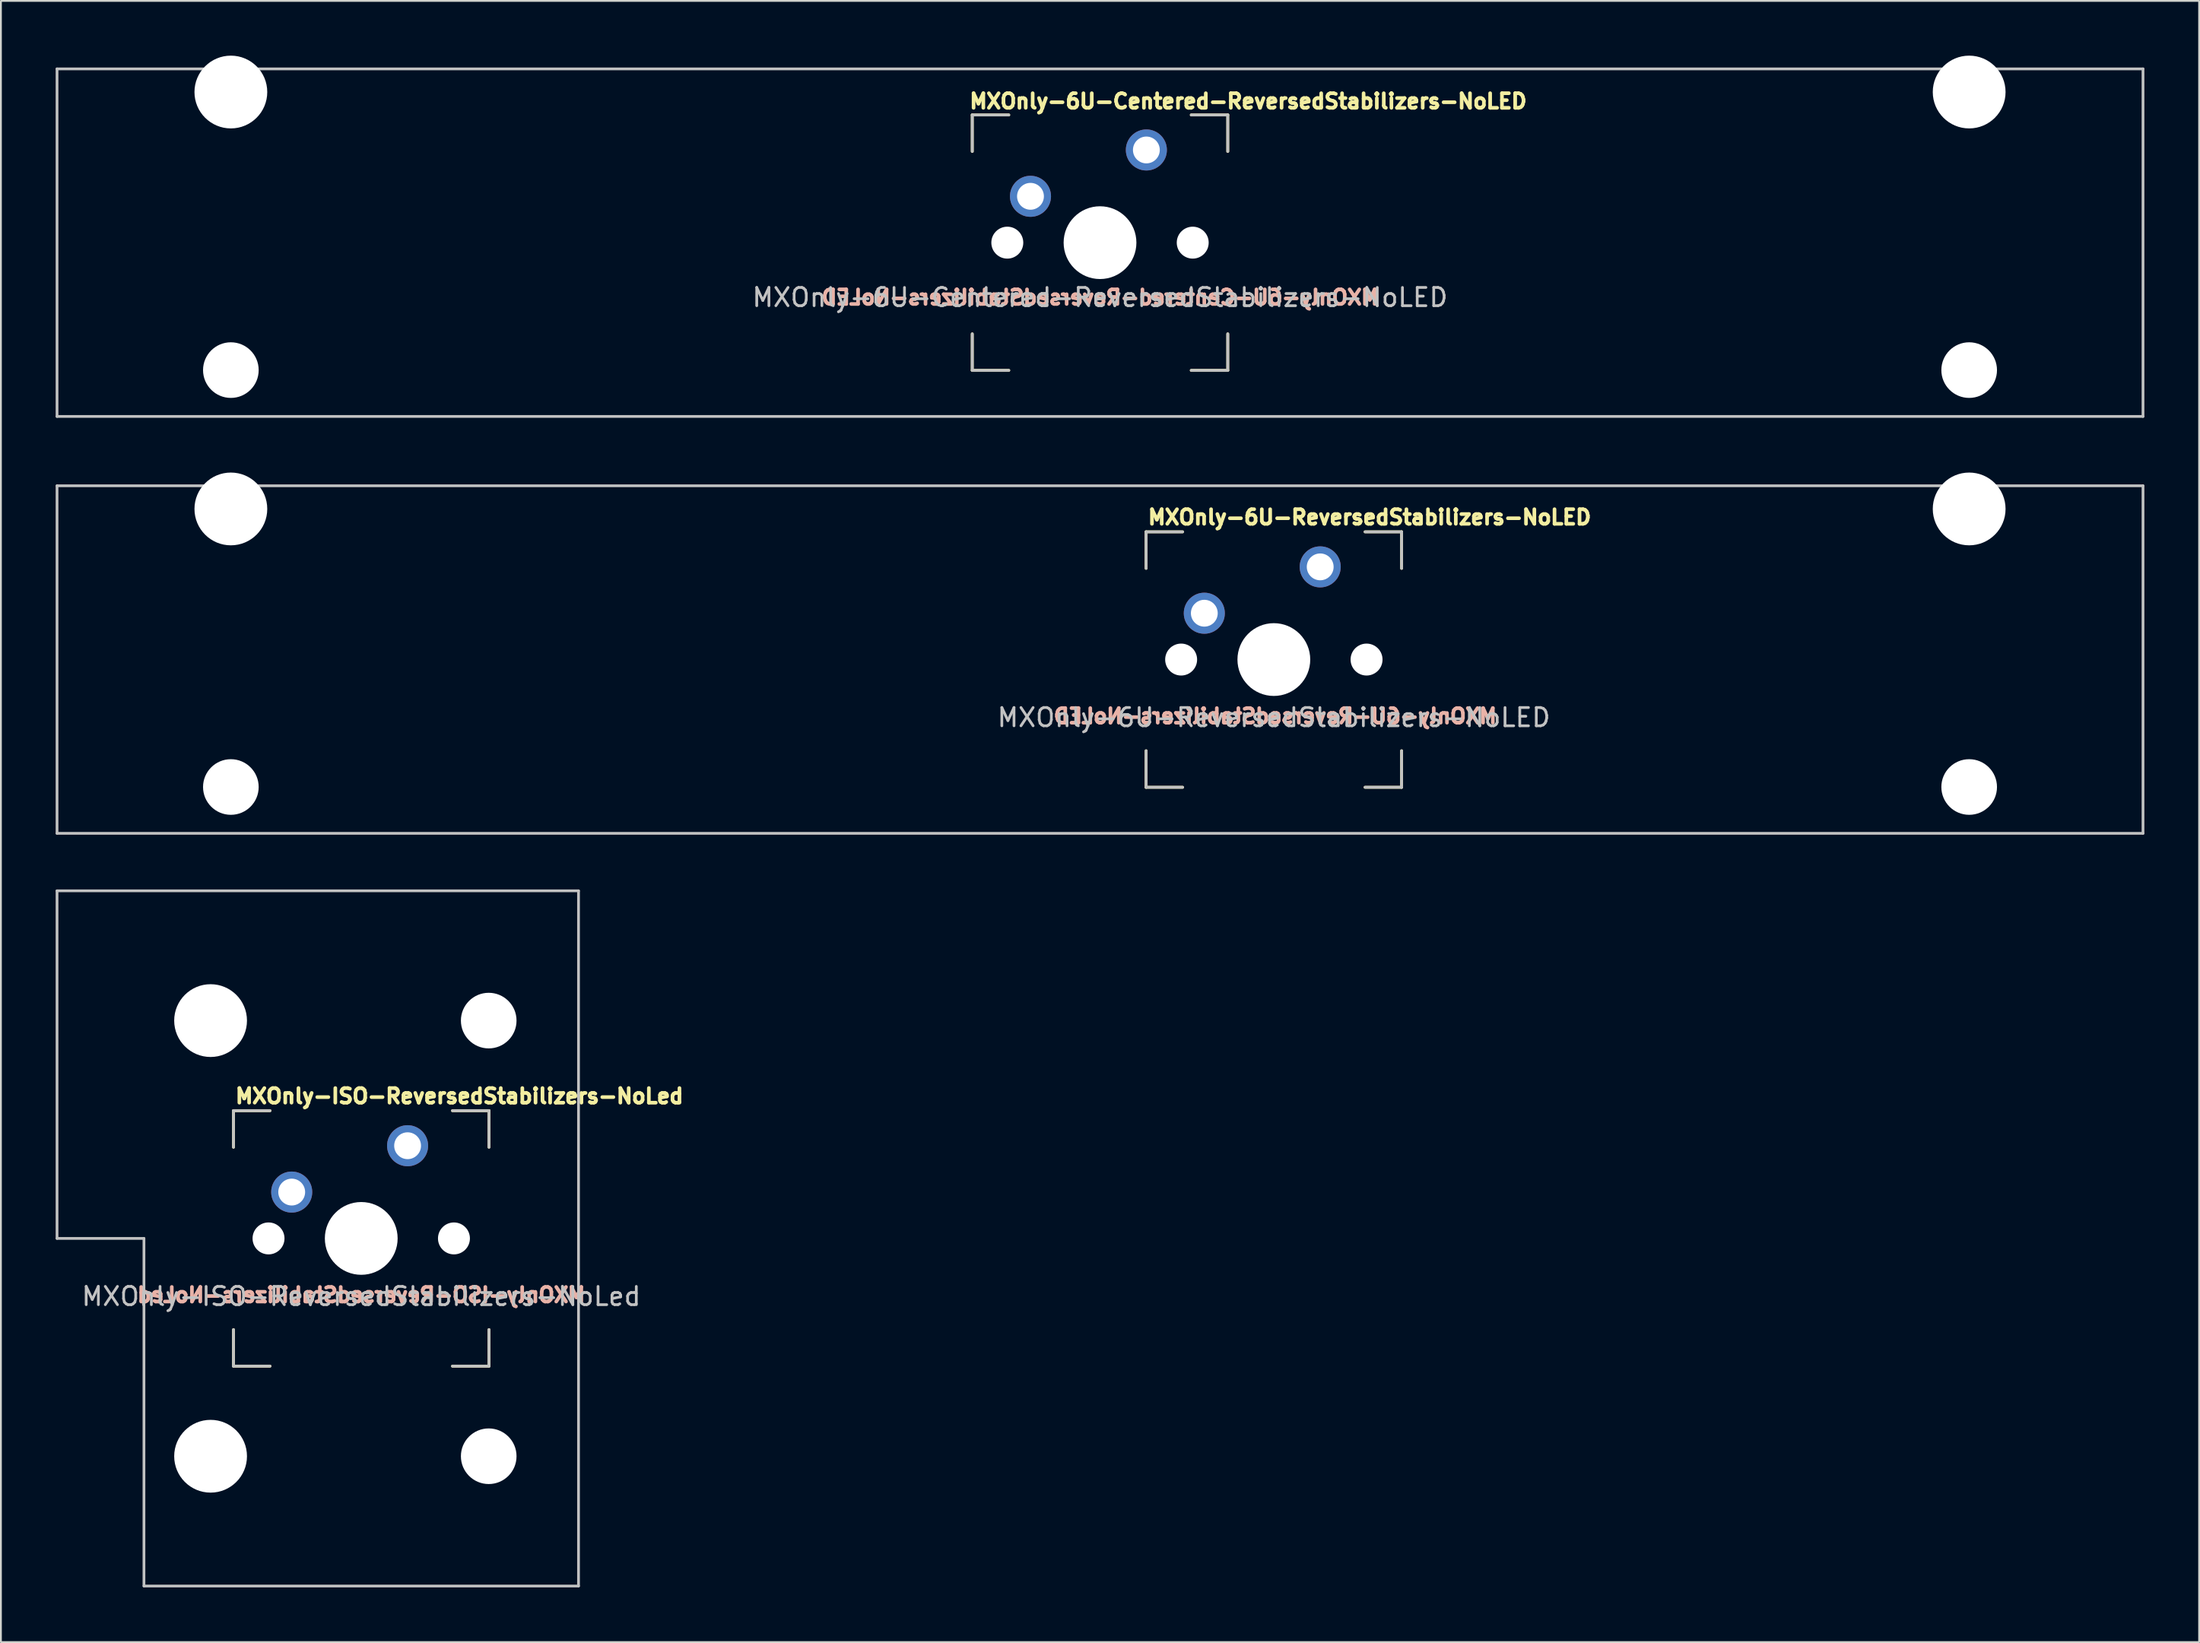
<source format=kicad_pcb>
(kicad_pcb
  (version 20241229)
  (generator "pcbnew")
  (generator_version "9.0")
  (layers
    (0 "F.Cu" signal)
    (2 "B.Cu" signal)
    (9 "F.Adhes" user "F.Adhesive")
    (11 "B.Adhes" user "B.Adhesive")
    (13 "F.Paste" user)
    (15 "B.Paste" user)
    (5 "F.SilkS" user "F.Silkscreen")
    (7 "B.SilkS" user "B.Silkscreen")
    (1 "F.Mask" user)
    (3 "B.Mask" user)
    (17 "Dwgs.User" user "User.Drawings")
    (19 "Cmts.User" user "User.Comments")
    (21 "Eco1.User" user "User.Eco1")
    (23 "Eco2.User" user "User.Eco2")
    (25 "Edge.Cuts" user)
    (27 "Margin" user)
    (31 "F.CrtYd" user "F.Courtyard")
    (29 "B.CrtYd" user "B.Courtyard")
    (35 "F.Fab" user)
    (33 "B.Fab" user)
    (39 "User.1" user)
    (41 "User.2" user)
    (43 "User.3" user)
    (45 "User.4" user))
  (footprint "MXOnly-6U-ReversedStabilizers-NoLED"
    (layer "F.Cu")
    (at 57.225 33.098)
    (property "Reference" "MXOnly-6U-ReversedStabilizers-NoLED" (at 9.525 3.175 0) (layer "Dwgs.User") (effects (font (size 1 1) (thickness 0.15))))
    (attr through_hole)
    (fp_line (start 2.525 -7) (end 4.525 -7) (stroke (width 0.16) (type solid)) (layer "F.SilkS"))
    (fp_line (start 2.525 -5) (end 2.525 -7) (stroke (width 0.16) (type solid)) (layer "F.SilkS"))
    (fp_line (start 2.525 7) (end 2.525 5) (stroke (width 0.16) (type solid)) (layer "F.SilkS"))
    (fp_line (start 4.525 7) (end 2.525 7) (stroke (width 0.16) (type solid)) (layer "F.SilkS"))
    (fp_line (start 14.525 -7) (end 16.525 -7) (stroke (width 0.16) (type solid)) (layer "F.SilkS"))
    (fp_line (start 16.525 -7) (end 16.525 -5) (stroke (width 0.16) (type solid)) (layer "F.SilkS"))
    (fp_line (start 16.525 5) (end 16.525 7) (stroke (width 0.16) (type solid)) (layer "F.SilkS"))
    (fp_line (start 16.525 7) (end 14.525 7) (stroke (width 0.16) (type solid)) (layer "F.SilkS"))
    (fp_line (start -57.15 -9.525) (end 57.15 -9.525) (stroke (width 0.15) (type solid)) (layer "Dwgs.User"))
    (fp_line (start -57.15 9.525) (end -57.15 -9.525) (stroke (width 0.15) (type solid)) (layer "Dwgs.User"))
    (fp_line (start -57.15 9.525) (end 57.15 9.525) (stroke (width 0.15) (type solid)) (layer "Dwgs.User"))
    (fp_line (start 2.525 -7) (end 2.525 -5) (stroke (width 0.15) (type solid)) (layer "Dwgs.User"))
    (fp_line (start 2.525 5) (end 2.525 7) (stroke (width 0.15) (type solid)) (layer "Dwgs.User"))
    (fp_line (start 2.525 7) (end 4.525 7) (stroke (width 0.15) (type solid)) (layer "Dwgs.User"))
    (fp_line (start 4.525 -7) (end 2.525 -7) (stroke (width 0.15) (type solid)) (layer "Dwgs.User"))
    (fp_line (start 14.525 -7) (end 16.525 -7) (stroke (width 0.15) (type solid)) (layer "Dwgs.User"))
    (fp_line (start 14.525 7) (end 16.525 7) (stroke (width 0.15) (type solid)) (layer "Dwgs.User"))
    (fp_line (start 16.525 -7) (end 16.525 -5) (stroke (width 0.15) (type solid)) (layer "Dwgs.User"))
    (fp_line (start 16.525 7) (end 16.525 5) (stroke (width 0.15) (type solid)) (layer "Dwgs.User"))
    (fp_line (start 57.15 -9.525) (end 57.15 9.525) (stroke (width 0.15) (type solid)) (layer "Dwgs.User"))
    (fp_text user "${REFERENCE}" (at 2.525 -7.8 0) (layer "F.SilkS") (effects (font (size 0.8 0.8) (thickness 0.2)) (justify left)))
    (fp_text user "${REFERENCE}" (at 9.6 3.1 0) (layer "B.SilkS") (effects (font (size 0.8 0.8) (thickness 0.2)) (justify mirror)))
    (pad "" np_thru_hole circle (at -47.625 -8.255) (size 3.988 3.988) (drill 3.988) (layers "*.Cu" "*.Mask"))
    (pad "" np_thru_hole circle (at -47.625 6.985) (size 3.048 3.048) (drill 3.048) (layers "*.Cu" "*.Mask"))
    (pad "" np_thru_hole circle (at 4.445 0 48.1) (size 1.75 1.75) (drill 1.75) (layers "*.Cu" "*.Mask"))
    (pad "" np_thru_hole circle (at 9.525 0) (size 3.988 3.988) (drill 3.988) (layers "*.Cu" "*.Mask"))
    (pad "" np_thru_hole circle (at 14.605 0 48.1) (size 1.75 1.75) (drill 1.75) (layers "*.Cu" "*.Mask"))
    (pad "" np_thru_hole circle (at 47.625 -8.255) (size 3.988 3.988) (drill 3.988) (layers "*.Cu" "*.Mask"))
    (pad "" np_thru_hole circle (at 47.625 6.985) (size 3.048 3.048) (drill 3.048) (layers "*.Cu" "*.Mask"))
    (pad "1" thru_hole circle (at 5.715 -2.54) (size 2.25 2.25) (drill 1.47) (layers "*.Cu" "B.Mask"))
    (pad "2" thru_hole circle (at 12.065 -5.08) (size 2.25 2.25) (drill 1.47) (layers "*.Cu" "B.Mask")))
  (footprint "MXOnly-6U-Centered-ReversedStabilizers-NoLED"
    (layer "F.Cu")
    (at 57.225 10.249)
    (property "Reference" "MXOnly-6U-Centered-ReversedStabilizers-NoLED" (at 0 3 0) (layer "Dwgs.User") (effects (font (size 1 1) (thickness 0.15))))
    (attr through_hole)
    (fp_line (start -7 -7) (end -5 -7) (stroke (width 0.16) (type solid)) (layer "F.SilkS"))
    (fp_line (start -7 -5) (end -7 -7) (stroke (width 0.16) (type solid)) (layer "F.SilkS"))
    (fp_line (start -7 7) (end -7 5) (stroke (width 0.16) (type solid)) (layer "F.SilkS"))
    (fp_line (start -5 7) (end -7 7) (stroke (width 0.16) (type solid)) (layer "F.SilkS"))
    (fp_line (start 5 -7) (end 7 -7) (stroke (width 0.16) (type solid)) (layer "F.SilkS"))
    (fp_line (start 7 -7) (end 7 -5) (stroke (width 0.16) (type solid)) (layer "F.SilkS"))
    (fp_line (start 7 5) (end 7 7) (stroke (width 0.16) (type solid)) (layer "F.SilkS"))
    (fp_line (start 7 7) (end 5 7) (stroke (width 0.16) (type solid)) (layer "F.SilkS"))
    (fp_line (start -57.15 -9.525) (end 57.15 -9.525) (stroke (width 0.15) (type solid)) (layer "Dwgs.User"))
    (fp_line (start -57.15 9.525) (end -57.15 -9.525) (stroke (width 0.15) (type solid)) (layer "Dwgs.User"))
    (fp_line (start -57.15 9.525) (end 57.15 9.525) (stroke (width 0.15) (type solid)) (layer "Dwgs.User"))
    (fp_line (start -7 -7) (end -7 -5) (stroke (width 0.15) (type solid)) (layer "Dwgs.User"))
    (fp_line (start -7 5) (end -7 7) (stroke (width 0.15) (type solid)) (layer "Dwgs.User"))
    (fp_line (start -7 7) (end -5 7) (stroke (width 0.15) (type solid)) (layer "Dwgs.User"))
    (fp_line (start -5 -7) (end -7 -7) (stroke (width 0.15) (type solid)) (layer "Dwgs.User"))
    (fp_line (start 5 -7) (end 7 -7) (stroke (width 0.15) (type solid)) (layer "Dwgs.User"))
    (fp_line (start 5 7) (end 7 7) (stroke (width 0.15) (type solid)) (layer "Dwgs.User"))
    (fp_line (start 7 -7) (end 7 -5) (stroke (width 0.15) (type solid)) (layer "Dwgs.User"))
    (fp_line (start 7 7) (end 7 5) (stroke (width 0.15) (type solid)) (layer "Dwgs.User"))
    (fp_line (start 57.15 -9.525) (end 57.15 9.525) (stroke (width 0.15) (type solid)) (layer "Dwgs.User"))
    (fp_text user "${REFERENCE}" (at -7.25 -7.75 0) (layer "F.SilkS") (effects (font (size 0.8 0.8) (thickness 0.2)) (justify left)))
    (fp_text user "${REFERENCE}" (at 0 3 0) (layer "B.SilkS") (effects (font (size 0.8 0.8) (thickness 0.2)) (justify mirror)))
    (pad "" np_thru_hole circle (at -47.625 -8.255) (size 3.988 3.988) (drill 3.988) (layers "*.Cu" "*.Mask"))
    (pad "" np_thru_hole circle (at -47.625 6.985) (size 3.048 3.048) (drill 3.048) (layers "*.Cu" "*.Mask"))
    (pad "" np_thru_hole circle (at -5.08 0 48.1) (size 1.75 1.75) (drill 1.75) (layers "*.Cu" "*.Mask"))
    (pad "" np_thru_hole circle (at 0 0) (size 3.988 3.988) (drill 3.988) (layers "*.Cu" "*.Mask"))
    (pad "" np_thru_hole circle (at 5.08 0 48.1) (size 1.75 1.75) (drill 1.75) (layers "*.Cu" "*.Mask"))
    (pad "" np_thru_hole circle (at 47.625 -8.255) (size 3.988 3.988) (drill 3.988) (layers "*.Cu" "*.Mask"))
    (pad "" np_thru_hole circle (at 47.625 6.985) (size 3.048 3.048) (drill 3.048) (layers "*.Cu" "*.Mask"))
    (pad "1" thru_hole circle (at -3.81 -2.54) (size 2.25 2.25) (drill 1.47) (layers "*.Cu" "B.Mask"))
    (pad "2" thru_hole circle (at 2.54 -5.08) (size 2.25 2.25) (drill 1.47) (layers "*.Cu" "B.Mask")))
  (footprint "MXOnly-ISO-ReversedStabilizers-NoLed"
    (layer "F.Cu")
    (at 16.744 64.823)
    (property "Reference" "MXOnly-ISO-ReversedStabilizers-NoLed" (at 0 3.175 0) (layer "Dwgs.User") (effects (font (size 1 1) (thickness 0.15))))
    (attr through_hole)
    (fp_line (start -7 -7) (end -5 -7) (stroke (width 0.16) (type solid)) (layer "F.SilkS"))
    (fp_line (start -7 -5) (end -7 -7) (stroke (width 0.16) (type solid)) (layer "F.SilkS"))
    (fp_line (start -7 7) (end -7 5) (stroke (width 0.16) (type solid)) (layer "F.SilkS"))
    (fp_line (start -5 7) (end -7 7) (stroke (width 0.16) (type solid)) (layer "F.SilkS"))
    (fp_line (start 5 -7) (end 7 -7) (stroke (width 0.16) (type solid)) (layer "F.SilkS"))
    (fp_line (start 7 -7) (end 7 -5) (stroke (width 0.16) (type solid)) (layer "F.SilkS"))
    (fp_line (start 7 5) (end 7 7) (stroke (width 0.16) (type solid)) (layer "F.SilkS"))
    (fp_line (start 7 7) (end 5 7) (stroke (width 0.16) (type solid)) (layer "F.SilkS"))
    (fp_line (start -16.669 -19.05) (end -16.669 0) (stroke (width 0.15) (type solid)) (layer "Dwgs.User"))
    (fp_line (start -16.669 -19.05) (end 11.906 -19.05) (stroke (width 0.15) (type solid)) (layer "Dwgs.User"))
    (fp_line (start -11.906 0) (end -16.669 0) (stroke (width 0.15) (type solid)) (layer "Dwgs.User"))
    (fp_line (start -11.906 19.05) (end -11.906 0) (stroke (width 0.15) (type solid)) (layer "Dwgs.User"))
    (fp_line (start -11.906 19.05) (end 11.906 19.05) (stroke (width 0.15) (type solid)) (layer "Dwgs.User"))
    (fp_line (start -7 -7) (end -7 -5) (stroke (width 0.15) (type solid)) (layer "Dwgs.User"))
    (fp_line (start -7 5) (end -7 7) (stroke (width 0.15) (type solid)) (layer "Dwgs.User"))
    (fp_line (start -7 7) (end -5 7) (stroke (width 0.15) (type solid)) (layer "Dwgs.User"))
    (fp_line (start -5 -7) (end -7 -7) (stroke (width 0.15) (type solid)) (layer "Dwgs.User"))
    (fp_line (start 5 -7) (end 7 -7) (stroke (width 0.15) (type solid)) (layer "Dwgs.User"))
    (fp_line (start 5 7) (end 7 7) (stroke (width 0.15) (type solid)) (layer "Dwgs.User"))
    (fp_line (start 7 -7) (end 7 -5) (stroke (width 0.15) (type solid)) (layer "Dwgs.User"))
    (fp_line (start 7 7) (end 7 5) (stroke (width 0.15) (type solid)) (layer "Dwgs.User"))
    (fp_line (start 11.906 -19.05) (end 11.906 19.05) (stroke (width 0.15) (type solid)) (layer "Dwgs.User"))
    (fp_text user "${REFERENCE}" (at -7 -7.8 0) (layer "F.SilkS") (effects (font (size 0.8 0.8) (thickness 0.2)) (justify left)))
    (fp_text user "${REFERENCE}" (at 0 3.1 0) (layer "B.SilkS") (effects (font (size 0.8 0.8) (thickness 0.2)) (justify mirror)))
    (pad "" np_thru_hole circle (at -8.255 -11.938) (size 3.988 3.988) (drill 3.988) (layers "*.Cu" "*.Mask"))
    (pad "" np_thru_hole circle (at -8.255 11.938) (size 3.988 3.988) (drill 3.988) (layers "*.Cu" "*.Mask"))
    (pad "" np_thru_hole circle (at -5.08 0 48.1) (size 1.75 1.75) (drill 1.75) (layers "*.Cu" "*.Mask"))
    (pad "" np_thru_hole circle (at 0 0) (size 3.988 3.988) (drill 3.988) (layers "*.Cu" "*.Mask"))
    (pad "" np_thru_hole circle (at 5.08 0 48.1) (size 1.75 1.75) (drill 1.75) (layers "*.Cu" "*.Mask"))
    (pad "" np_thru_hole circle (at 6.985 -11.938) (size 3.048 3.048) (drill 3.048) (layers "*.Cu" "*.Mask"))
    (pad "" np_thru_hole circle (at 6.985 11.938) (size 3.048 3.048) (drill 3.048) (layers "*.Cu" "*.Mask"))
    (pad "1" thru_hole circle (at -3.81 -2.54) (size 2.25 2.25) (drill 1.47) (layers "*.Cu" "B.Mask"))
    (pad "2" thru_hole circle (at 2.54 -5.08) (size 2.25 2.25) (drill 1.47) (layers "*.Cu" "B.Mask")))
  (gr_rect
    (start -3 -3)
    (end 117.45 86.948)
    (stroke (width 0.1) (type default))
    (fill no)
    (layer "Edge.Cuts")))
</source>
